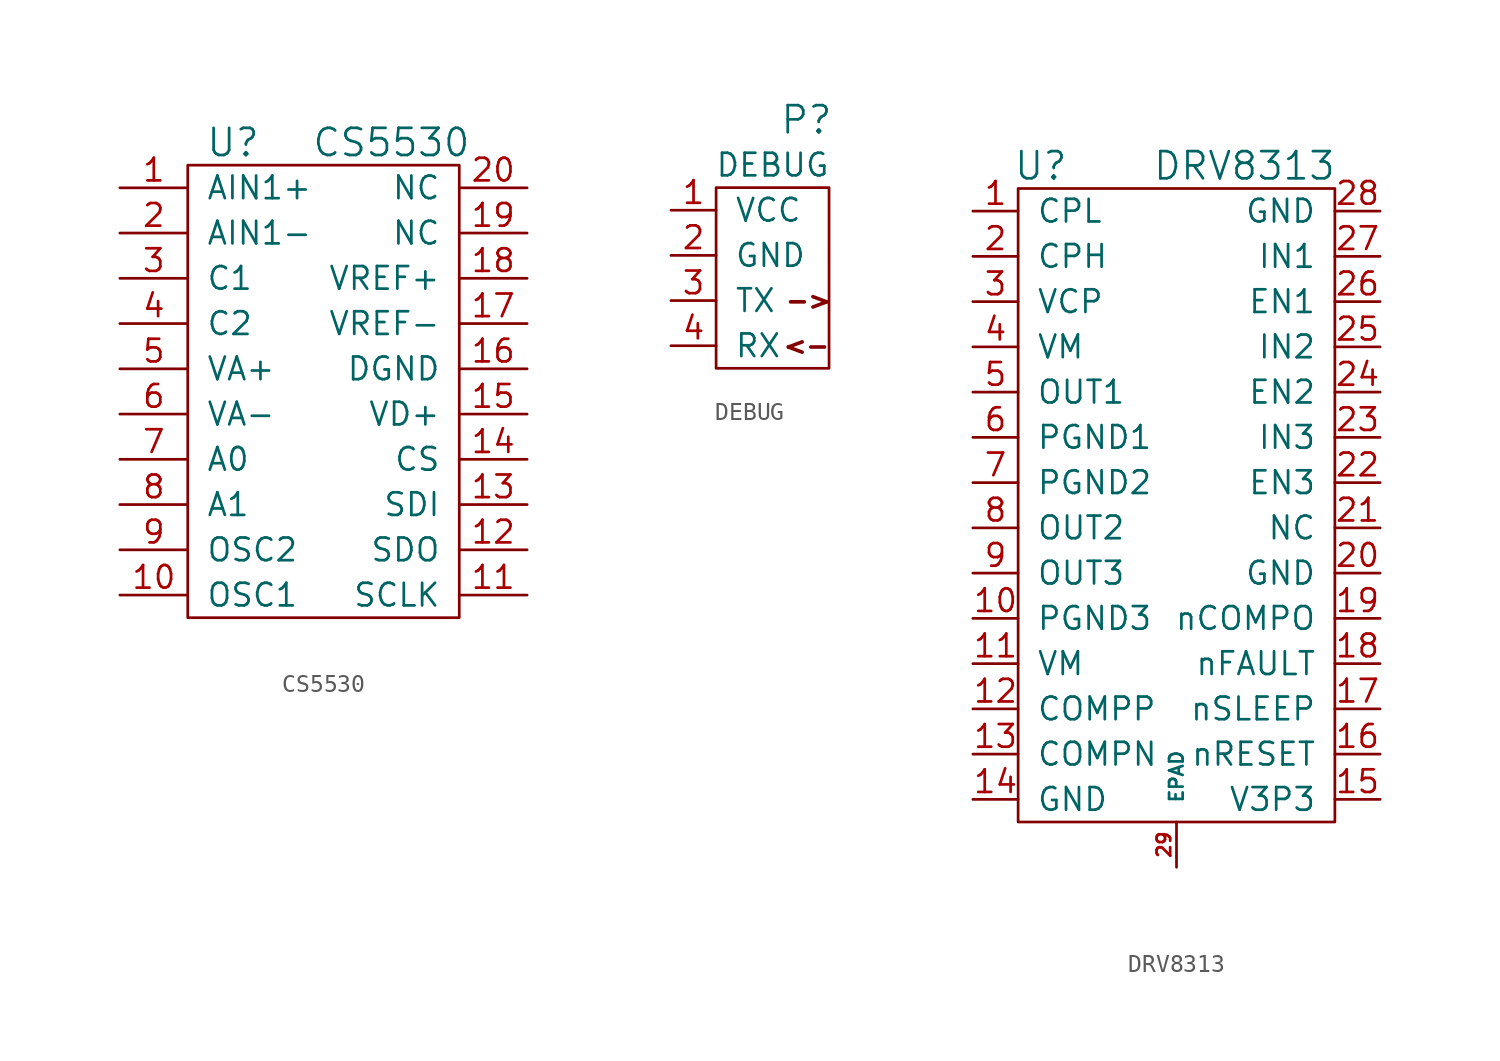
<source format=kicad_sym>
(kicad_symbol_lib
  (version 20220914)
  (generator kicad_symbol_editor)
  (symbol "CS5530"
    (pin_names
      (offset 1.016))
    (property "Reference" "U"
      (at -5.08 13.97 0)
      (effects (font (size 1.524 1.524))))
    (property "Value" "CS5530"
      (at 3.81 13.97 0)
      (effects (font (size 1.524 1.524))))
    (symbol "CS5530_0_1"
      (rectangle (start -7.62 12.7) (end 7.62 -12.7) (stroke (width 0) (type default)) (fill (type none))))
    (symbol "CS5530_1_1"
      (pin input line (at -11.43 11.43 0) (length 3.81) (name "AIN1+" (effects (font (size 1.27 1.27)))) (number "1" (effects (font (size 1.27 1.27)))))
      (pin input line (at -11.43 -11.43 0) (length 3.81) (name "OSC1" (effects (font (size 1.27 1.27)))) (number "10" (effects (font (size 1.27 1.27)))))
      (pin input line (at 11.43 -11.43 180) (length 3.81) (name "SCLK" (effects (font (size 1.27 1.27)))) (number "11" (effects (font (size 1.27 1.27)))))
      (pin input line (at 11.43 -8.89 180) (length 3.81) (name "SDO" (effects (font (size 1.27 1.27)))) (number "12" (effects (font (size 1.27 1.27)))))
      (pin input line (at 11.43 -6.35 180) (length 3.81) (name "SDI" (effects (font (size 1.27 1.27)))) (number "13" (effects (font (size 1.27 1.27)))))
      (pin input line (at 11.43 -3.81 180) (length 3.81) (name "CS" (effects (font (size 1.27 1.27)))) (number "14" (effects (font (size 1.27 1.27)))))
      (pin input line (at 11.43 -1.27 180) (length 3.81) (name "VD+" (effects (font (size 1.27 1.27)))) (number "15" (effects (font (size 1.27 1.27)))))
      (pin input line (at 11.43 1.27 180) (length 3.81) (name "DGND" (effects (font (size 1.27 1.27)))) (number "16" (effects (font (size 1.27 1.27)))))
      (pin input line (at 11.43 3.81 180) (length 3.81) (name "VREF-" (effects (font (size 1.27 1.27)))) (number "17" (effects (font (size 1.27 1.27)))))
      (pin input line (at 11.43 6.35 180) (length 3.81) (name "VREF+" (effects (font (size 1.27 1.27)))) (number "18" (effects (font (size 1.27 1.27)))))
      (pin input line (at 11.43 8.89 180) (length 3.81) (name "NC" (effects (font (size 1.27 1.27)))) (number "19" (effects (font (size 1.27 1.27)))))
      (pin input line (at -11.43 8.89 0) (length 3.81) (name "AIN1-" (effects (font (size 1.27 1.27)))) (number "2" (effects (font (size 1.27 1.27)))))
      (pin input line (at 11.43 11.43 180) (length 3.81) (name "NC" (effects (font (size 1.27 1.27)))) (number "20" (effects (font (size 1.27 1.27)))))
      (pin input line (at -11.43 6.35 0) (length 3.81) (name "C1" (effects (font (size 1.27 1.27)))) (number "3" (effects (font (size 1.27 1.27)))))
      (pin input line (at -11.43 3.81 0) (length 3.81) (name "C2" (effects (font (size 1.27 1.27)))) (number "4" (effects (font (size 1.27 1.27)))))
      (pin input line (at -11.43 1.27 0) (length 3.81) (name "VA+" (effects (font (size 1.27 1.27)))) (number "5" (effects (font (size 1.27 1.27)))))
      (pin input line (at -11.43 -1.27 0) (length 3.81) (name "VA-" (effects (font (size 1.27 1.27)))) (number "6" (effects (font (size 1.27 1.27)))))
      (pin input line (at -11.43 -3.81 0) (length 3.81) (name "A0" (effects (font (size 1.27 1.27)))) (number "7" (effects (font (size 1.27 1.27)))))
      (pin input line (at -11.43 -6.35 0) (length 3.81) (name "A1" (effects (font (size 1.27 1.27)))) (number "8" (effects (font (size 1.27 1.27)))))
      (pin input line (at -11.43 -8.89 0) (length 3.81) (name "OSC2" (effects (font (size 1.27 1.27)))) (number "9" (effects (font (size 1.27 1.27)))))))
  (symbol "DEBUG"
    (pin_names
      (offset 1.016))
    (property "Reference" "P"
      (at 5.08 8.89 0)
      (effects (font (size 1.524 1.524))))
    (property "Value" "DEBUG"
      (at 3.175 6.35 0)
      (effects (font (size 1.27 1.27))))
    (symbol "DEBUG_0_0"
      (text "->" (at 3.81 -1.27 0) (effects (font (size 1.016 1.016) bold) (justify left)))
      (text "<-" (at 5.08 -3.81 0) (effects (font (size 1.016 1.016) bold))))
    (symbol "DEBUG_0_1"
      (rectangle (start 0 5.08) (end 6.35 -5.08) (stroke (width 0) (type default)) (fill (type none))))
    (symbol "DEBUG_1_1"
      (pin bidirectional line (at -2.54 3.81 0) (length 2.54) (name "VCC" (effects (font (size 1.27 1.27)))) (number "1" (effects (font (size 1.27 1.27)))))
      (pin bidirectional line (at -2.54 1.27 0) (length 2.54) (name "GND" (effects (font (size 1.27 1.27)))) (number "2" (effects (font (size 1.27 1.27)))))
      (pin bidirectional line (at -2.54 -1.27 0) (length 2.54) (name "TX" (effects (font (size 1.27 1.27)))) (number "3" (effects (font (size 1.27 1.27)))))
      (pin bidirectional line (at -2.54 -3.81 0) (length 2.54) (name "RX" (effects (font (size 1.27 1.27)))) (number "4" (effects (font (size 1.27 1.27)))))))
  (symbol "DRV8313"
    (pin_names
      (offset 1.016))
    (property "Reference" "U"
      (at -7.62 19.05 0)
      (effects (font (size 1.524 1.524))))
    (property "Value" "DRV8313"
      (at 3.81 19.05 0)
      (effects (font (size 1.524 1.524))))
    (property "Footprint" ""
      (at 0 0 0)
      (effects (font (size 1.524 1.524))))
    (property "Datasheet" ""
      (at 0 0 0)
      (effects (font (size 1.524 1.524))))
    (symbol "DRV8313_0_1"
      (rectangle (start -8.89 17.78) (end 8.89 -17.78) (stroke (width 0) (type default)) (fill (type none))))
    (symbol "DRV8313_1_1"
      (pin input line (at -11.43 16.51 0) (length 2.54) (name "CPL" (effects (font (size 1.27 1.27)))) (number "1" (effects (font (size 1.27 1.27)))))
      (pin input line (at -11.43 -6.35 0) (length 2.54) (name "PGND3" (effects (font (size 1.27 1.27)))) (number "10" (effects (font (size 1.27 1.27)))))
      (pin input line (at -11.43 -8.89 0) (length 2.54) (name "VM" (effects (font (size 1.27 1.27)))) (number "11" (effects (font (size 1.27 1.27)))))
      (pin input line (at -11.43 -11.43 0) (length 2.54) (name "COMPP" (effects (font (size 1.27 1.27)))) (number "12" (effects (font (size 1.27 1.27)))))
      (pin input line (at -11.43 -13.97 0) (length 2.54) (name "COMPN" (effects (font (size 1.27 1.27)))) (number "13" (effects (font (size 1.27 1.27)))))
      (pin input line (at -11.43 -16.51 0) (length 2.54) (name "GND" (effects (font (size 1.27 1.27)))) (number "14" (effects (font (size 1.27 1.27)))))
      (pin input line (at 11.43 -16.51 180) (length 2.54) (name "V3P3" (effects (font (size 1.27 1.27)))) (number "15" (effects (font (size 1.27 1.27)))))
      (pin input line (at 11.43 -13.97 180) (length 2.54) (name "nRESET" (effects (font (size 1.27 1.27)))) (number "16" (effects (font (size 1.27 1.27)))))
      (pin input line (at 11.43 -11.43 180) (length 2.54) (name "nSLEEP" (effects (font (size 1.27 1.27)))) (number "17" (effects (font (size 1.27 1.27)))))
      (pin input line (at 11.43 -8.89 180) (length 2.54) (name "nFAULT" (effects (font (size 1.27 1.27)))) (number "18" (effects (font (size 1.27 1.27)))))
      (pin input line (at 11.43 -6.35 180) (length 2.54) (name "nCOMPO" (effects (font (size 1.27 1.27)))) (number "19" (effects (font (size 1.27 1.27)))))
      (pin input line (at -11.43 13.97 0) (length 2.54) (name "CPH" (effects (font (size 1.27 1.27)))) (number "2" (effects (font (size 1.27 1.27)))))
      (pin input line (at 11.43 -3.81 180) (length 2.54) (name "GND" (effects (font (size 1.27 1.27)))) (number "20" (effects (font (size 1.27 1.27)))))
      (pin input line (at 11.43 -1.27 180) (length 2.54) (name "NC" (effects (font (size 1.27 1.27)))) (number "21" (effects (font (size 1.27 1.27)))))
      (pin input line (at 11.43 1.27 180) (length 2.54) (name "EN3" (effects (font (size 1.27 1.27)))) (number "22" (effects (font (size 1.27 1.27)))))
      (pin input line (at 11.43 3.81 180) (length 2.54) (name "IN3" (effects (font (size 1.27 1.27)))) (number "23" (effects (font (size 1.27 1.27)))))
      (pin input line (at 11.43 6.35 180) (length 2.54) (name "EN2" (effects (font (size 1.27 1.27)))) (number "24" (effects (font (size 1.27 1.27)))))
      (pin input line (at 11.43 8.89 180) (length 2.54) (name "IN2" (effects (font (size 1.27 1.27)))) (number "25" (effects (font (size 1.27 1.27)))))
      (pin input line (at 11.43 11.43 180) (length 2.54) (name "EN1" (effects (font (size 1.27 1.27)))) (number "26" (effects (font (size 1.27 1.27)))))
      (pin input line (at 11.43 13.97 180) (length 2.54) (name "IN1" (effects (font (size 1.27 1.27)))) (number "27" (effects (font (size 1.27 1.27)))))
      (pin input line (at 11.43 16.51 180) (length 2.54) (name "GND" (effects (font (size 1.27 1.27)))) (number "28" (effects (font (size 1.27 1.27)))))
      (pin passive line (at 0 -20.32 90) (length 2.54) (name "EPAD" (effects (font (size 0.762 0.762)))) (number "29" (effects (font (size 0.762 0.762)))))
      (pin input line (at -11.43 11.43 0) (length 2.54) (name "VCP" (effects (font (size 1.27 1.27)))) (number "3" (effects (font (size 1.27 1.27)))))
      (pin input line (at -11.43 8.89 0) (length 2.54) (name "VM" (effects (font (size 1.27 1.27)))) (number "4" (effects (font (size 1.27 1.27)))))
      (pin input line (at -11.43 6.35 0) (length 2.54) (name "OUT1" (effects (font (size 1.27 1.27)))) (number "5" (effects (font (size 1.27 1.27)))))
      (pin input line (at -11.43 3.81 0) (length 2.54) (name "PGND1" (effects (font (size 1.27 1.27)))) (number "6" (effects (font (size 1.27 1.27)))))
      (pin input line (at -11.43 1.27 0) (length 2.54) (name "PGND2" (effects (font (size 1.27 1.27)))) (number "7" (effects (font (size 1.27 1.27)))))
      (pin input line (at -11.43 -1.27 0) (length 2.54) (name "OUT2" (effects (font (size 1.27 1.27)))) (number "8" (effects (font (size 1.27 1.27)))))
      (pin input line (at -11.43 -3.81 0) (length 2.54) (name "OUT3" (effects (font (size 1.27 1.27)))) (number "9" (effects (font (size 1.27 1.27))))))))
</source>
